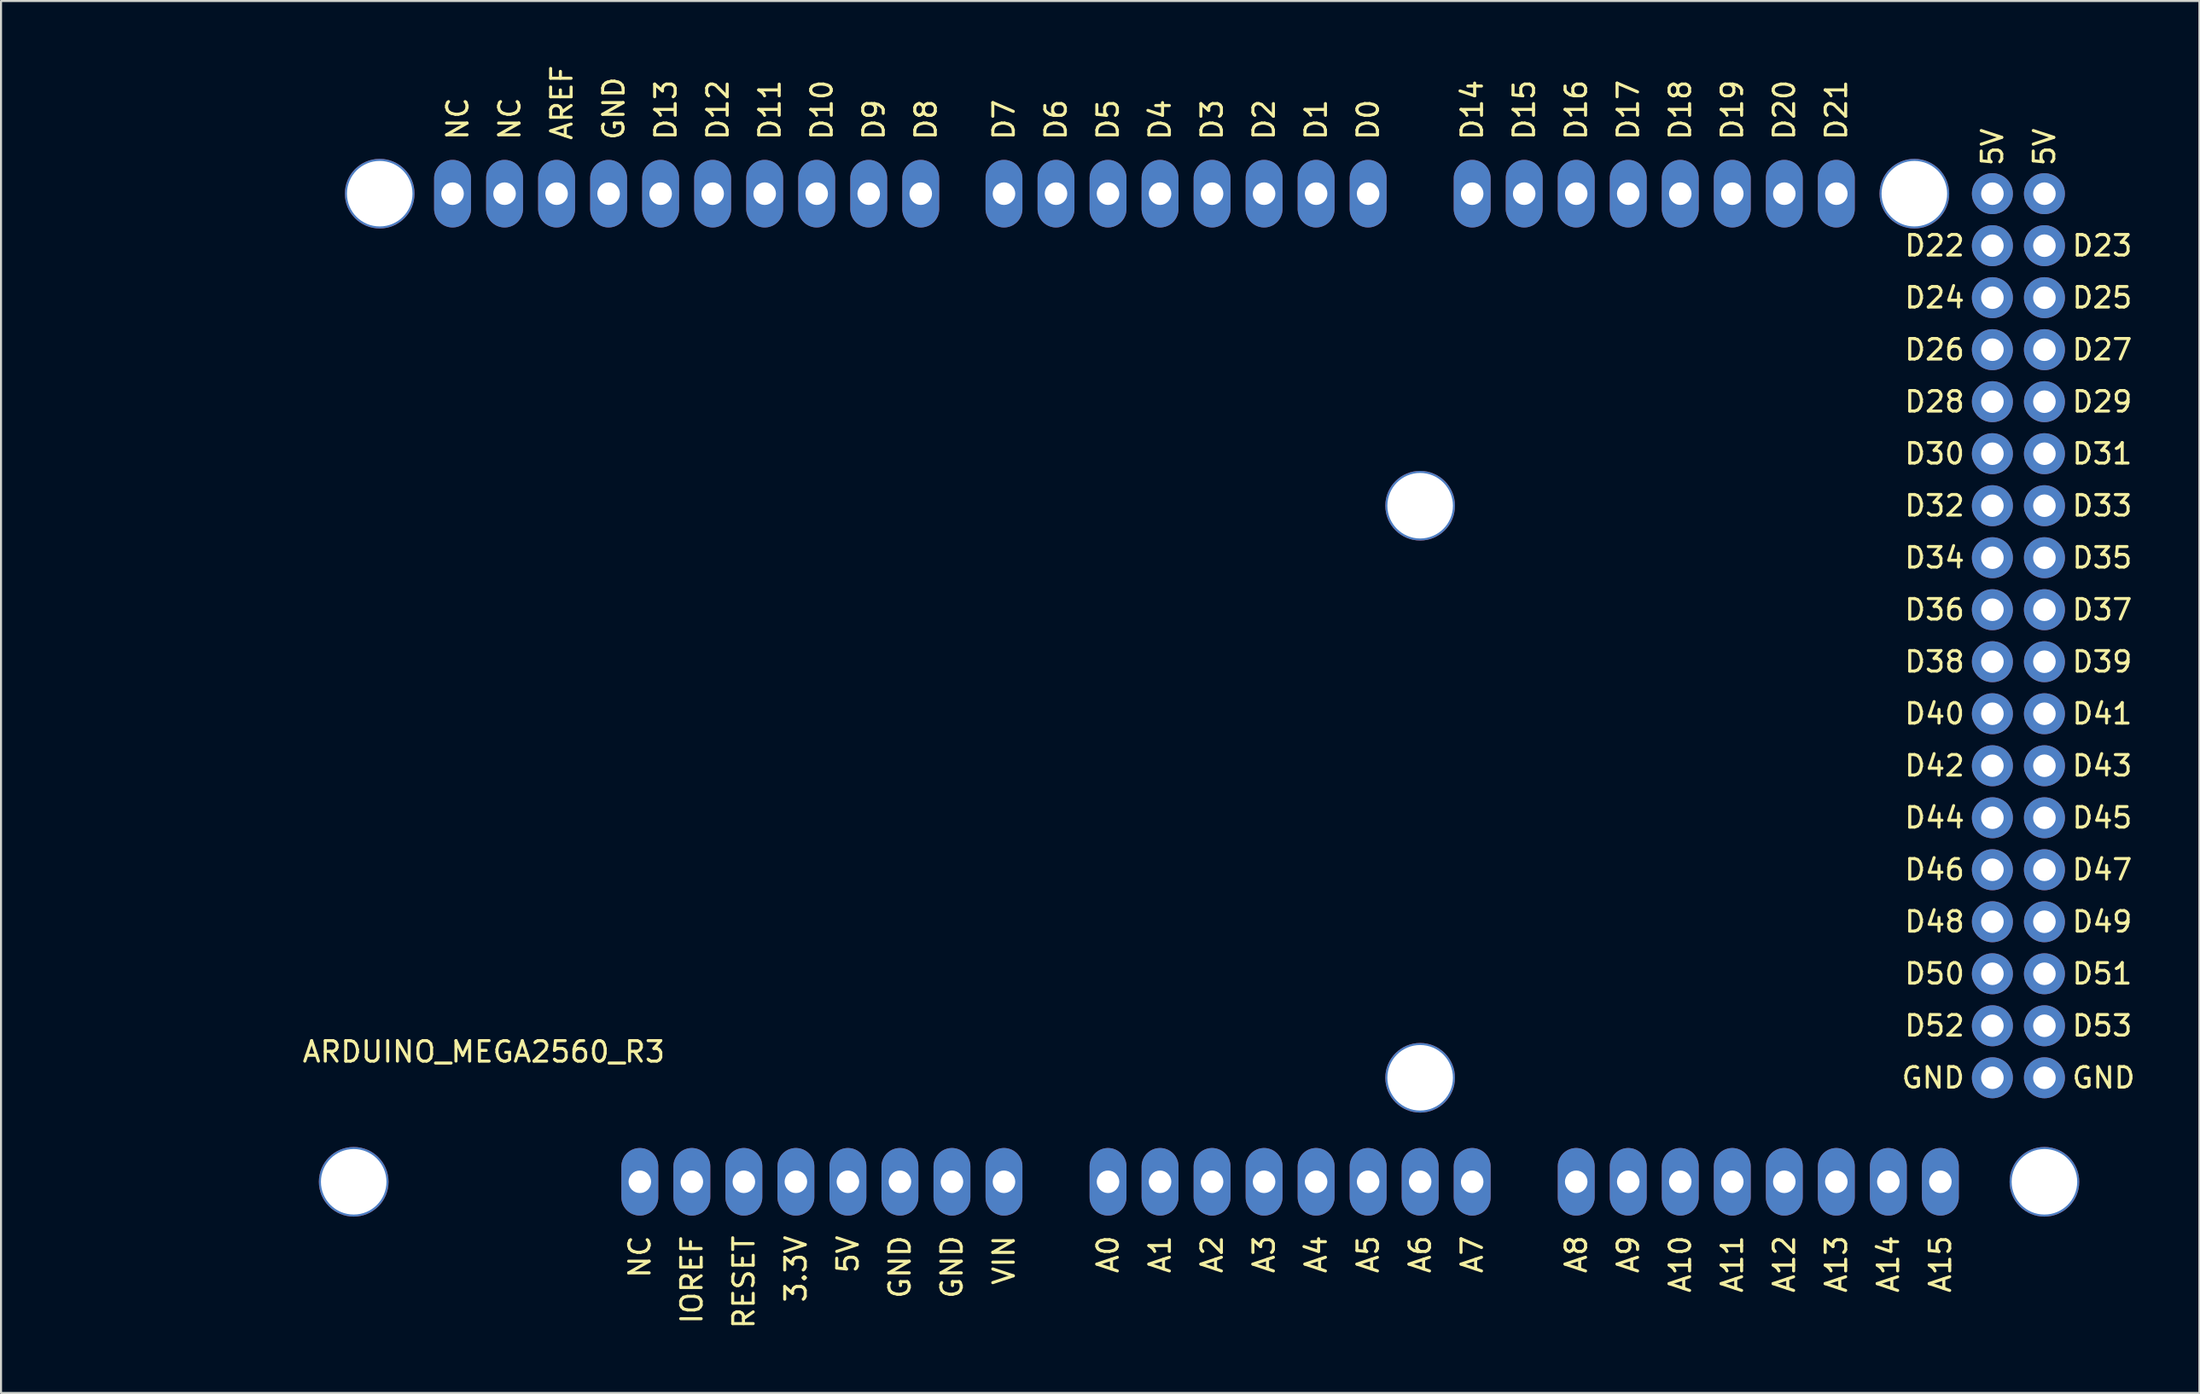
<source format=kicad_pcb>
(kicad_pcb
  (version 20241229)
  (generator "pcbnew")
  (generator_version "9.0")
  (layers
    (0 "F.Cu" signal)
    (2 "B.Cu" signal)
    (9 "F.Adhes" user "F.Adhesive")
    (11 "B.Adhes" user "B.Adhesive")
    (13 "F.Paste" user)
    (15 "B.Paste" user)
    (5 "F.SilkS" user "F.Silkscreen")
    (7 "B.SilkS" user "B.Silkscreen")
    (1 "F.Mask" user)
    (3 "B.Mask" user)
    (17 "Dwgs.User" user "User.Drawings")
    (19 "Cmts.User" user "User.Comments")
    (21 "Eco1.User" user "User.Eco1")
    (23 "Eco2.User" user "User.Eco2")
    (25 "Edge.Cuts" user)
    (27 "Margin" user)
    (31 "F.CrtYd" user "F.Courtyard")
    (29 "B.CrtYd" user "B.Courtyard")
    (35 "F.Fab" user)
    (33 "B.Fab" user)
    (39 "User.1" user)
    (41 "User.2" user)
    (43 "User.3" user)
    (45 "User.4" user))
  (footprint "ARDUINO_MEGA2560_R3"
    (layer "F.Cu")
    (at 0.25 57.209)
    (property "Reference" "ARDUINO_MEGA2560_R3" (at 20.32 -8.89 0) (layer "F.SilkS") (effects (font (size 1 1) (thickness 0.15))))
    (attr through_hole)
    (fp_text user "VIN" (at 45.72 0 90) (layer "F.SilkS") (effects (font (size 1 1) (thickness 0.15)) (justify right)))
    (fp_text user "3.3V" (at 35.56 0 90) (layer "F.SilkS") (effects (font (size 1 1) (thickness 0.15)) (justify right)))
    (fp_text user "5V" (at 38.1 0 90) (layer "F.SilkS") (effects (font (size 1 1) (thickness 0.15)) (justify right)))
    (fp_text user "D7" (at 45.72 -53.34 90) (layer "F.SilkS") (effects (font (size 1 1) (thickness 0.15)) (justify left)))
    (fp_text user "D13" (at 29.21 -53.34 90) (layer "F.SilkS") (effects (font (size 1 1) (thickness 0.15)) (justify left)))
    (fp_text user "D21" (at 86.36 -53.34 90) (layer "F.SilkS") (effects (font (size 1 1) (thickness 0.15)) (justify left)))
    (fp_text user "D26" (at 92.71 -43.18 0) (layer "F.SilkS") (effects (font (size 1 1) (thickness 0.15)) (justify right)))
    (fp_text user "D22" (at 92.71 -48.26 0) (layer "F.SilkS") (effects (font (size 1 1) (thickness 0.15)) (justify right)))
    (fp_text user "D35" (at 97.79 -33.02 0) (layer "F.SilkS") (effects (font (size 1 1) (thickness 0.15)) (justify left)))
    (fp_text user "5V" (at 96.52 -52.07 90) (layer "F.SilkS") (effects (font (size 1 1) (thickness 0.15)) (justify left)))
    (fp_text user "A6" (at 66.04 0 90) (layer "F.SilkS") (effects (font (size 1 1) (thickness 0.15)) (justify right)))
    (fp_text user "D29" (at 97.79 -40.64 0) (layer "F.SilkS") (effects (font (size 1 1) (thickness 0.15)) (justify left)))
    (fp_text user "A10" (at 78.74 0 90) (layer "F.SilkS") (effects (font (size 1 1) (thickness 0.15)) (justify right)))
    (fp_text user "A0" (at 50.8 0 90) (layer "F.SilkS") (effects (font (size 1 1) (thickness 0.15)) (justify right)))
    (fp_text user "NC" (at 19.05 -53.34 90) (layer "F.SilkS") (effects (font (size 1 1) (thickness 0.15)) (justify left)))
    (fp_text user "A9" (at 76.2 0 90) (layer "F.SilkS") (effects (font (size 1 1) (thickness 0.15)) (justify right)))
    (fp_text user "D0" (at 63.5 -53.34 90) (layer "F.SilkS") (effects (font (size 1 1) (thickness 0.15)) (justify left)))
    (fp_text user "D40" (at 92.71 -25.4 0) (layer "F.SilkS") (effects (font (size 1 1) (thickness 0.15)) (justify right)))
    (fp_text user "GND" (at 97.79 -7.62 0) (layer "F.SilkS") (effects (font (size 1 1) (thickness 0.15)) (justify left)))
    (fp_text user "5V" (at 93.98 -52.07 90) (layer "F.SilkS") (effects (font (size 1 1) (thickness 0.15)) (justify left)))
    (fp_text user "D23" (at 97.79 -48.26 0) (layer "F.SilkS") (effects (font (size 1 1) (thickness 0.15)) (justify left)))
    (fp_text user "D8" (at 41.91 -53.34 90) (layer "F.SilkS") (effects (font (size 1 1) (thickness 0.15)) (justify left)))
    (fp_text user "D28" (at 92.71 -40.64 0) (layer "F.SilkS") (effects (font (size 1 1) (thickness 0.15)) (justify right)))
    (fp_text user "D52" (at 92.71 -10.16 0) (layer "F.SilkS") (effects (font (size 1 1) (thickness 0.15)) (justify right)))
    (fp_text user "A5" (at 63.5 0 90) (layer "F.SilkS") (effects (font (size 1 1) (thickness 0.15)) (justify right)))
    (fp_text user "D38" (at 92.71 -27.94 0) (layer "F.SilkS") (effects (font (size 1 1) (thickness 0.15)) (justify right)))
    (fp_text user "A7" (at 68.58 0 90) (layer "F.SilkS") (effects (font (size 1 1) (thickness 0.15)) (justify right)))
    (fp_text user "NC" (at 27.94 0 270) (layer "F.SilkS") (effects (font (size 1 1) (thickness 0.15)) (justify right)))
    (fp_text user "A8" (at 73.66 0 90) (layer "F.SilkS") (effects (font (size 1 1) (thickness 0.15)) (justify right)))
    (fp_text user "D30" (at 92.71 -38.1 0) (layer "F.SilkS") (effects (font (size 1 1) (thickness 0.15)) (justify right)))
    (fp_text user "D47" (at 97.79 -17.78 0) (layer "F.SilkS") (effects (font (size 1 1) (thickness 0.15)) (justify left)))
    (fp_text user "D41" (at 97.79 -25.4 0) (layer "F.SilkS") (effects (font (size 1 1) (thickness 0.15)) (justify left)))
    (fp_text user "D48" (at 92.71 -15.24 0) (layer "F.SilkS") (effects (font (size 1 1) (thickness 0.15)) (justify right)))
    (fp_text user "D42" (at 92.71 -22.86 0) (layer "F.SilkS") (effects (font (size 1 1) (thickness 0.15)) (justify right)))
    (fp_text user "D1" (at 60.96 -53.34 90) (layer "F.SilkS") (effects (font (size 1 1) (thickness 0.15)) (justify left)))
    (fp_text user "D32" (at 92.71 -35.56 0) (layer "F.SilkS") (effects (font (size 1 1) (thickness 0.15)) (justify right)))
    (fp_text user "GND" (at 40.64 0 90) (layer "F.SilkS") (effects (font (size 1 1) (thickness 0.15)) (justify right)))
    (fp_text user "D39" (at 97.79 -27.94 0) (layer "F.SilkS") (effects (font (size 1 1) (thickness 0.15)) (justify left)))
    (fp_text user "D36" (at 92.71 -30.48 0) (layer "F.SilkS") (effects (font (size 1 1) (thickness 0.15)) (justify right)))
    (fp_text user "A1" (at 53.34 0 90) (layer "F.SilkS") (effects (font (size 1 1) (thickness 0.15)) (justify right)))
    (fp_text user "A13" (at 86.36 0 90) (layer "F.SilkS") (effects (font (size 1 1) (thickness 0.15)) (justify right)))
    (fp_text user "IOREF" (at 30.48 0 90) (layer "F.SilkS") (effects (font (size 1 1) (thickness 0.15)) (justify right)))
    (fp_text user "D49" (at 97.79 -15.24 0) (layer "F.SilkS") (effects (font (size 1 1) (thickness 0.15)) (justify left)))
    (fp_text user "D51" (at 97.79 -12.7 0) (layer "F.SilkS") (effects (font (size 1 1) (thickness 0.15)) (justify left)))
    (fp_text user "D50" (at 92.71 -12.7 0) (layer "F.SilkS") (effects (font (size 1 1) (thickness 0.15)) (justify right)))
    (fp_text user "D3" (at 55.88 -53.34 90) (layer "F.SilkS") (effects (font (size 1 1) (thickness 0.15)) (justify left)))
    (fp_text user "GND" (at 92.71 -7.62 0) (layer "F.SilkS") (effects (font (size 1 1) (thickness 0.15)) (justify right)))
    (fp_text user "D6" (at 48.26 -53.34 90) (layer "F.SilkS") (effects (font (size 1 1) (thickness 0.15)) (justify left)))
    (fp_text user "A12" (at 83.82 0 90) (layer "F.SilkS") (effects (font (size 1 1) (thickness 0.15)) (justify right)))
    (fp_text user "D34" (at 92.71 -33.02 0) (layer "F.SilkS") (effects (font (size 1 1) (thickness 0.15)) (justify right)))
    (fp_text user "D4" (at 53.34 -53.34 90) (layer "F.SilkS") (effects (font (size 1 1) (thickness 0.15)) (justify left)))
    (fp_text user "A14" (at 88.9 0 90) (layer "F.SilkS") (effects (font (size 1 1) (thickness 0.15)) (justify right)))
    (fp_text user "D16" (at 73.66 -53.34 90) (layer "F.SilkS") (effects (font (size 1 1) (thickness 0.15)) (justify left)))
    (fp_text user "A2" (at 55.88 0 90) (layer "F.SilkS") (effects (font (size 1 1) (thickness 0.15)) (justify right)))
    (fp_text user "D17" (at 76.2 -53.34 90) (layer "F.SilkS") (effects (font (size 1 1) (thickness 0.15)) (justify left)))
    (fp_text user "NC" (at 21.59 -53.34 90) (layer "F.SilkS") (effects (font (size 1 1) (thickness 0.15)) (justify left)))
    (fp_text user "D43" (at 97.79 -22.86 0) (layer "F.SilkS") (effects (font (size 1 1) (thickness 0.15)) (justify left)))
    (fp_text user "D12" (at 31.75 -53.34 90) (layer "F.SilkS") (effects (font (size 1 1) (thickness 0.15)) (justify left)))
    (fp_text user "RESET" (at 33.02 0 90) (layer "F.SilkS") (effects (font (size 1 1) (thickness 0.15)) (justify right)))
    (fp_text user "D37" (at 97.79 -30.48 0) (layer "F.SilkS") (effects (font (size 1 1) (thickness 0.15)) (justify left)))
    (fp_text user "D10" (at 36.83 -53.34 90) (layer "F.SilkS") (effects (font (size 1 1) (thickness 0.15)) (justify left)))
    (fp_text user "D2" (at 58.42 -53.34 90) (layer "F.SilkS") (effects (font (size 1 1) (thickness 0.15)) (justify left)))
    (fp_text user "D9" (at 39.37 -53.34 90) (layer "F.SilkS") (effects (font (size 1 1) (thickness 0.15)) (justify left)))
    (fp_text user "D18" (at 78.74 -53.34 90) (layer "F.SilkS") (effects (font (size 1 1) (thickness 0.15)) (justify left)))
    (fp_text user "GND" (at 43.18 0 90) (layer "F.SilkS") (effects (font (size 1 1) (thickness 0.15)) (justify right)))
    (fp_text user "AREF" (at 24.13 -53.34 90) (layer "F.SilkS") (effects (font (size 1 1) (thickness 0.15)) (justify left)))
    (fp_text user "D33" (at 97.79 -35.56 0) (layer "F.SilkS") (effects (font (size 1 1) (thickness 0.15)) (justify left)))
    (fp_text user "D44" (at 92.71 -20.32 0) (layer "F.SilkS") (effects (font (size 1 1) (thickness 0.15)) (justify right)))
    (fp_text user "D46" (at 92.71 -17.78 0) (layer "F.SilkS") (effects (font (size 1 1) (thickness 0.15)) (justify right)))
    (fp_text user "D24" (at 92.71 -45.72 0) (layer "F.SilkS") (effects (font (size 1 1) (thickness 0.15)) (justify right)))
    (fp_text user "D19" (at 81.28 -53.34 90) (layer "F.SilkS") (effects (font (size 1 1) (thickness 0.15)) (justify left)))
    (fp_text user "D27" (at 97.79 -43.18 0) (layer "F.SilkS") (effects (font (size 1 1) (thickness 0.15)) (justify left)))
    (fp_text user "D5" (at 50.8 -53.34 90) (layer "F.SilkS") (effects (font (size 1 1) (thickness 0.15)) (justify left)))
    (fp_text user "D14" (at 68.58 -53.34 90) (layer "F.SilkS") (effects (font (size 1 1) (thickness 0.15)) (justify left)))
    (fp_text user "D20" (at 83.82 -53.34 90) (layer "F.SilkS") (effects (font (size 1 1) (thickness 0.15)) (justify left)))
    (fp_text user "A3" (at 58.42 0 90) (layer "F.SilkS") (effects (font (size 1 1) (thickness 0.15)) (justify right)))
    (fp_text user "D53" (at 97.79 -10.16 0) (layer "F.SilkS") (effects (font (size 1 1) (thickness 0.15)) (justify left)))
    (fp_text user "D25" (at 97.79 -45.72 0) (layer "F.SilkS") (effects (font (size 1 1) (thickness 0.15)) (justify left)))
    (fp_text user "GND" (at 26.67 -53.34 90) (layer "F.SilkS") (effects (font (size 1 1) (thickness 0.15)) (justify left)))
    (fp_text user "D31" (at 97.79 -38.1 0) (layer "F.SilkS") (effects (font (size 1 1) (thickness 0.15)) (justify left)))
    (fp_text user "D45" (at 97.79 -20.32 0) (layer "F.SilkS") (effects (font (size 1 1) (thickness 0.15)) (justify left)))
    (fp_text user "A11" (at 81.28 0 90) (layer "F.SilkS") (effects (font (size 1 1) (thickness 0.15)) (justify right)))
    (fp_text user "A15" (at 91.44 0 90) (layer "F.SilkS") (effects (font (size 1 1) (thickness 0.15)) (justify right)))
    (fp_text user "D11" (at 34.29 -53.34 90) (layer "F.SilkS") (effects (font (size 1 1) (thickness 0.15)) (justify left)))
    (fp_text user "D15" (at 71.12 -53.34 90) (layer "F.SilkS") (effects (font (size 1 1) (thickness 0.15)) (justify left)))
    (fp_text user "A4" (at 60.96 0 90) (layer "F.SilkS") (effects (font (size 1 1) (thickness 0.15)) (justify right)))
    (pad "1" thru_hole oval (at 27.94 -2.54) (size 1.8 3.3) (drill 1.1) (layers "*.Cu" "*.Mask"))
    (pad "2" thru_hole oval (at 30.48 -2.54) (size 1.8 3.3) (drill 1.1) (layers "*.Cu" "*.Mask"))
    (pad "3" thru_hole oval (at 33.02 -2.54) (size 1.8 3.3) (drill 1.1) (layers "*.Cu" "*.Mask"))
    (pad "4" thru_hole oval (at 35.56 -2.54) (size 1.8 3.3) (drill 1.1) (layers "*.Cu" "*.Mask"))
    (pad "5" thru_hole oval (at 38.1 -2.54) (size 1.8 3.3) (drill 1.1) (layers "*.Cu" "*.Mask"))
    (pad "6" thru_hole oval (at 40.64 -2.54) (size 1.8 3.3) (drill 1.1) (layers "*.Cu" "*.Mask"))
    (pad "7" thru_hole oval (at 43.18 -2.54) (size 1.8 3.3) (drill 1.1) (layers "*.Cu" "*.Mask"))
    (pad "8" thru_hole oval (at 45.72 -2.54) (size 1.8 3.3) (drill 1.1) (layers "*.Cu" "*.Mask"))
    (pad "9" thru_hole oval (at 50.8 -2.54) (size 1.8 3.3) (drill 1.1) (layers "*.Cu" "*.Mask"))
    (pad "10" thru_hole oval (at 53.34 -2.54) (size 1.8 3.3) (drill 1.1) (layers "*.Cu" "*.Mask"))
    (pad "11" thru_hole oval (at 55.88 -2.54) (size 1.8 3.3) (drill 1.1) (layers "*.Cu" "*.Mask"))
    (pad "12" thru_hole oval (at 58.42 -2.54) (size 1.8 3.3) (drill 1.1) (layers "*.Cu" "*.Mask"))
    (pad "13" thru_hole oval (at 60.96 -2.54) (size 1.8 3.3) (drill 1.1) (layers "*.Cu" "*.Mask"))
    (pad "14" thru_hole oval (at 63.5 -2.54) (size 1.8 3.3) (drill 1.1) (layers "*.Cu" "*.Mask"))
    (pad "15" thru_hole oval (at 66.04 -2.54) (size 1.8 3.3) (drill 1.1) (layers "*.Cu" "*.Mask"))
    (pad "16" thru_hole oval (at 68.58 -2.54) (size 1.8 3.3) (drill 1.1) (layers "*.Cu" "*.Mask"))
    (pad "17" thru_hole oval (at 73.66 -2.54) (size 1.8 3.3) (drill 1.1) (layers "*.Cu" "*.Mask"))
    (pad "18" thru_hole oval (at 76.2 -2.54) (size 1.8 3.3) (drill 1.1) (layers "*.Cu" "*.Mask"))
    (pad "19" thru_hole oval (at 78.74 -2.54) (size 1.8 3.3) (drill 1.1) (layers "*.Cu" "*.Mask"))
    (pad "20" thru_hole oval (at 81.28 -2.54) (size 1.8 3.3) (drill 1.1) (layers "*.Cu" "*.Mask"))
    (pad "21" thru_hole oval (at 83.82 -2.54) (size 1.8 3.3) (drill 1.1) (layers "*.Cu" "*.Mask"))
    (pad "22" thru_hole oval (at 86.36 -2.54) (size 1.8 3.3) (drill 1.1) (layers "*.Cu" "*.Mask"))
    (pad "23" thru_hole oval (at 88.9 -2.54) (size 1.8 3.3) (drill 1.1) (layers "*.Cu" "*.Mask"))
    (pad "24" thru_hole oval (at 91.44 -2.54) (size 1.8 3.3) (drill 1.1) (layers "*.Cu" "*.Mask"))
    (pad "25" thru_hole oval (at 18.796 -50.8) (size 1.8 3.3) (drill 1.1) (layers "*.Cu" "*.Mask"))
    (pad "26" thru_hole oval (at 21.336 -50.8) (size 1.8 3.3) (drill 1.1) (layers "*.Cu" "*.Mask"))
    (pad "27" thru_hole oval (at 23.876 -50.8) (size 1.8 3.3) (drill 1.1) (layers "*.Cu" "*.Mask"))
    (pad "28" thru_hole oval (at 28.956 -50.8) (size 1.8 3.3) (drill 1.1) (layers "*.Cu" "*.Mask"))
    (pad "29" thru_hole oval (at 31.496 -50.8) (size 1.8 3.3) (drill 1.1) (layers "*.Cu" "*.Mask"))
    (pad "30" thru_hole oval (at 34.036 -50.8) (size 1.8 3.3) (drill 1.1) (layers "*.Cu" "*.Mask"))
    (pad "31" thru_hole oval (at 36.576 -50.8) (size 1.8 3.3) (drill 1.1) (layers "*.Cu" "*.Mask"))
    (pad "32" thru_hole oval (at 39.116 -50.8) (size 1.8 3.3) (drill 1.1) (layers "*.Cu" "*.Mask"))
    (pad "33" thru_hole oval (at 41.656 -50.8) (size 1.8 3.3) (drill 1.1) (layers "*.Cu" "*.Mask"))
    (pad "34" thru_hole oval (at 45.72 -50.8) (size 1.8 3.3) (drill 1.1) (layers "*.Cu" "*.Mask"))
    (pad "35" thru_hole oval (at 48.26 -50.8) (size 1.8 3.3) (drill 1.1) (layers "*.Cu" "*.Mask"))
    (pad "36" thru_hole oval (at 50.8 -50.8) (size 1.8 3.3) (drill 1.1) (layers "*.Cu" "*.Mask"))
    (pad "37" thru_hole oval (at 53.34 -50.8) (size 1.8 3.3) (drill 1.1) (layers "*.Cu" "*.Mask"))
    (pad "38" thru_hole oval (at 55.88 -50.8) (size 1.8 3.3) (drill 1.1) (layers "*.Cu" "*.Mask"))
    (pad "39" thru_hole oval (at 58.42 -50.8) (size 1.8 3.3) (drill 1.1) (layers "*.Cu" "*.Mask"))
    (pad "40" thru_hole oval (at 60.96 -50.8) (size 1.8 3.3) (drill 1.1) (layers "*.Cu" "*.Mask"))
    (pad "41" thru_hole oval (at 63.5 -50.8) (size 1.8 3.3) (drill 1.1) (layers "*.Cu" "*.Mask"))
    (pad "42" thru_hole oval (at 68.58 -50.8) (size 1.8 3.3) (drill 1.1) (layers "*.Cu" "*.Mask"))
    (pad "43" thru_hole oval (at 71.12 -50.8) (size 1.8 3.3) (drill 1.1) (layers "*.Cu" "*.Mask"))
    (pad "44" thru_hole oval (at 73.66 -50.8) (size 1.8 3.3) (drill 1.1) (layers "*.Cu" "*.Mask"))
    (pad "45" thru_hole oval (at 76.2 -50.8) (size 1.8 3.3) (drill 1.1) (layers "*.Cu" "*.Mask"))
    (pad "46" thru_hole oval (at 78.74 -50.8) (size 1.8 3.3) (drill 1.1) (layers "*.Cu" "*.Mask"))
    (pad "47" thru_hole oval (at 81.28 -50.8) (size 1.8 3.3) (drill 1.1) (layers "*.Cu" "*.Mask"))
    (pad "48" thru_hole oval (at 83.82 -50.8) (size 1.8 3.3) (drill 1.1) (layers "*.Cu" "*.Mask"))
    (pad "49" thru_hole oval (at 86.36 -50.8) (size 1.8 3.3) (drill 1.1) (layers "*.Cu" "*.Mask"))
    (pad "50" thru_hole oval (at 93.98 -50.8 90) (size 2 2) (drill 1.1) (layers "*.Cu" "*.Mask"))
    (pad "51" thru_hole oval (at 96.52 -50.8 90) (size 2 2) (drill 1.1) (layers "*.Cu" "*.Mask"))
    (pad "52" thru_hole oval (at 93.98 -48.26 90) (size 2 2) (drill 1.1) (layers "*.Cu" "*.Mask"))
    (pad "53" thru_hole oval (at 96.52 -48.26 90) (size 2 2) (drill 1.1) (layers "*.Cu" "*.Mask"))
    (pad "54" thru_hole oval (at 93.98 -45.72 90) (size 2 2) (drill 1.1) (layers "*.Cu" "*.Mask"))
    (pad "55" thru_hole oval (at 96.52 -45.72 90) (size 2 2) (drill 1.1) (layers "*.Cu" "*.Mask"))
    (pad "56" thru_hole oval (at 93.98 -43.18 90) (size 2 2) (drill 1.1) (layers "*.Cu" "*.Mask"))
    (pad "57" thru_hole oval (at 96.52 -43.18 90) (size 2 2) (drill 1.1) (layers "*.Cu" "*.Mask"))
    (pad "58" thru_hole oval (at 93.98 -40.64 90) (size 2 2) (drill 1.1) (layers "*.Cu" "*.Mask"))
    (pad "59" thru_hole oval (at 96.52 -40.64 90) (size 2 2) (drill 1.1) (layers "*.Cu" "*.Mask"))
    (pad "60" thru_hole oval (at 93.98 -38.1 90) (size 2 2) (drill 1.1) (layers "*.Cu" "*.Mask"))
    (pad "61" thru_hole oval (at 96.52 -38.1 90) (size 2 2) (drill 1.1) (layers "*.Cu" "*.Mask"))
    (pad "62" thru_hole oval (at 93.98 -35.56 90) (size 2 2) (drill 1.1) (layers "*.Cu" "*.Mask"))
    (pad "63" thru_hole oval (at 96.52 -35.56 90) (size 2 2) (drill 1.1) (layers "*.Cu" "*.Mask"))
    (pad "64" thru_hole oval (at 93.98 -33.02 90) (size 2 2) (drill 1.1) (layers "*.Cu" "*.Mask"))
    (pad "65" thru_hole oval (at 96.52 -33.02 90) (size 2 2) (drill 1.1) (layers "*.Cu" "*.Mask"))
    (pad "66" thru_hole oval (at 93.98 -30.48 90) (size 2 2) (drill 1.1) (layers "*.Cu" "*.Mask"))
    (pad "67" thru_hole oval (at 96.52 -30.48 90) (size 2 2) (drill 1.1) (layers "*.Cu" "*.Mask"))
    (pad "68" thru_hole oval (at 93.98 -27.94 90) (size 2 2) (drill 1.1) (layers "*.Cu" "*.Mask"))
    (pad "69" thru_hole oval (at 96.52 -27.94 90) (size 2 2) (drill 1.1) (layers "*.Cu" "*.Mask"))
    (pad "70" thru_hole oval (at 93.98 -25.4 90) (size 2 2) (drill 1.1) (layers "*.Cu" "*.Mask"))
    (pad "71" thru_hole oval (at 96.52 -25.4 90) (size 2 2) (drill 1.1) (layers "*.Cu" "*.Mask"))
    (pad "72" thru_hole oval (at 93.98 -22.86 90) (size 2 2) (drill 1.1) (layers "*.Cu" "*.Mask"))
    (pad "73" thru_hole oval (at 96.52 -22.86 90) (size 2 2) (drill 1.1) (layers "*.Cu" "*.Mask"))
    (pad "74" thru_hole oval (at 93.98 -20.32 90) (size 2 2) (drill 1.1) (layers "*.Cu" "*.Mask"))
    (pad "75" thru_hole oval (at 96.52 -20.32 90) (size 2 2) (drill 1.1) (layers "*.Cu" "*.Mask"))
    (pad "76" thru_hole oval (at 93.98 -17.78 90) (size 2 2) (drill 1.1) (layers "*.Cu" "*.Mask"))
    (pad "77" thru_hole oval (at 96.52 -17.78 90) (size 2 2) (drill 1.1) (layers "*.Cu" "*.Mask"))
    (pad "78" thru_hole oval (at 93.98 -15.24 90) (size 2 2) (drill 1.1) (layers "*.Cu" "*.Mask"))
    (pad "79" thru_hole oval (at 96.52 -15.24 90) (size 2 2) (drill 1.1) (layers "*.Cu" "*.Mask"))
    (pad "80" thru_hole oval (at 93.98 -12.7 90) (size 2 2) (drill 1.1) (layers "*.Cu" "*.Mask"))
    (pad "81" thru_hole oval (at 96.52 -12.7 90) (size 2 2) (drill 1.1) (layers "*.Cu" "*.Mask"))
    (pad "82" thru_hole oval (at 93.98 -10.16 90) (size 2 2) (drill 1.1) (layers "*.Cu" "*.Mask"))
    (pad "83" thru_hole oval (at 96.52 -10.16 90) (size 2 2) (drill 1.1) (layers "*.Cu" "*.Mask"))
    (pad "84" thru_hole oval (at 93.98 -7.62 90) (size 2 2) (drill 1.1) (layers "*.Cu" "*.Mask"))
    (pad "85" thru_hole oval (at 96.52 -7.62 90) (size 2 2) (drill 1.1) (layers "*.Cu" "*.Mask"))
    (pad "86" thru_hole oval (at 26.416 -50.8) (size 1.8 3.3) (drill 1.1) (layers "*.Cu" "*.Mask"))
    (pad "~" thru_hole circle (at 13.97 -2.54) (size 3.4 3.4) (drill 3.2) (layers "*.Cu" "*.Mask"))
    (pad "~" thru_hole circle (at 15.24 -50.8) (size 3.4 3.4) (drill 3.2) (layers "*.Cu" "*.Mask"))
    (pad "~" thru_hole circle (at 66.04 -35.56) (size 3.4 3.4) (drill 3.2) (layers "*.Cu" "*.Mask"))
    (pad "~" thru_hole circle (at 66.04 -7.62) (size 3.4 3.4) (drill 3.2) (layers "*.Cu" "*.Mask"))
    (pad "~" thru_hole circle (at 90.17 -50.8) (size 3.4 3.4) (drill 3.2) (layers "*.Cu" "*.Mask"))
    (pad "~" thru_hole circle (at 96.52 -2.54) (size 3.4 3.4) (drill 3.2) (layers "*.Cu" "*.Mask")))
  (gr_rect
    (start -3 -3)
    (end 104.338 64.983)
    (stroke (width 0.1) (type default))
    (fill no)
    (layer "Edge.Cuts")))
</source>
